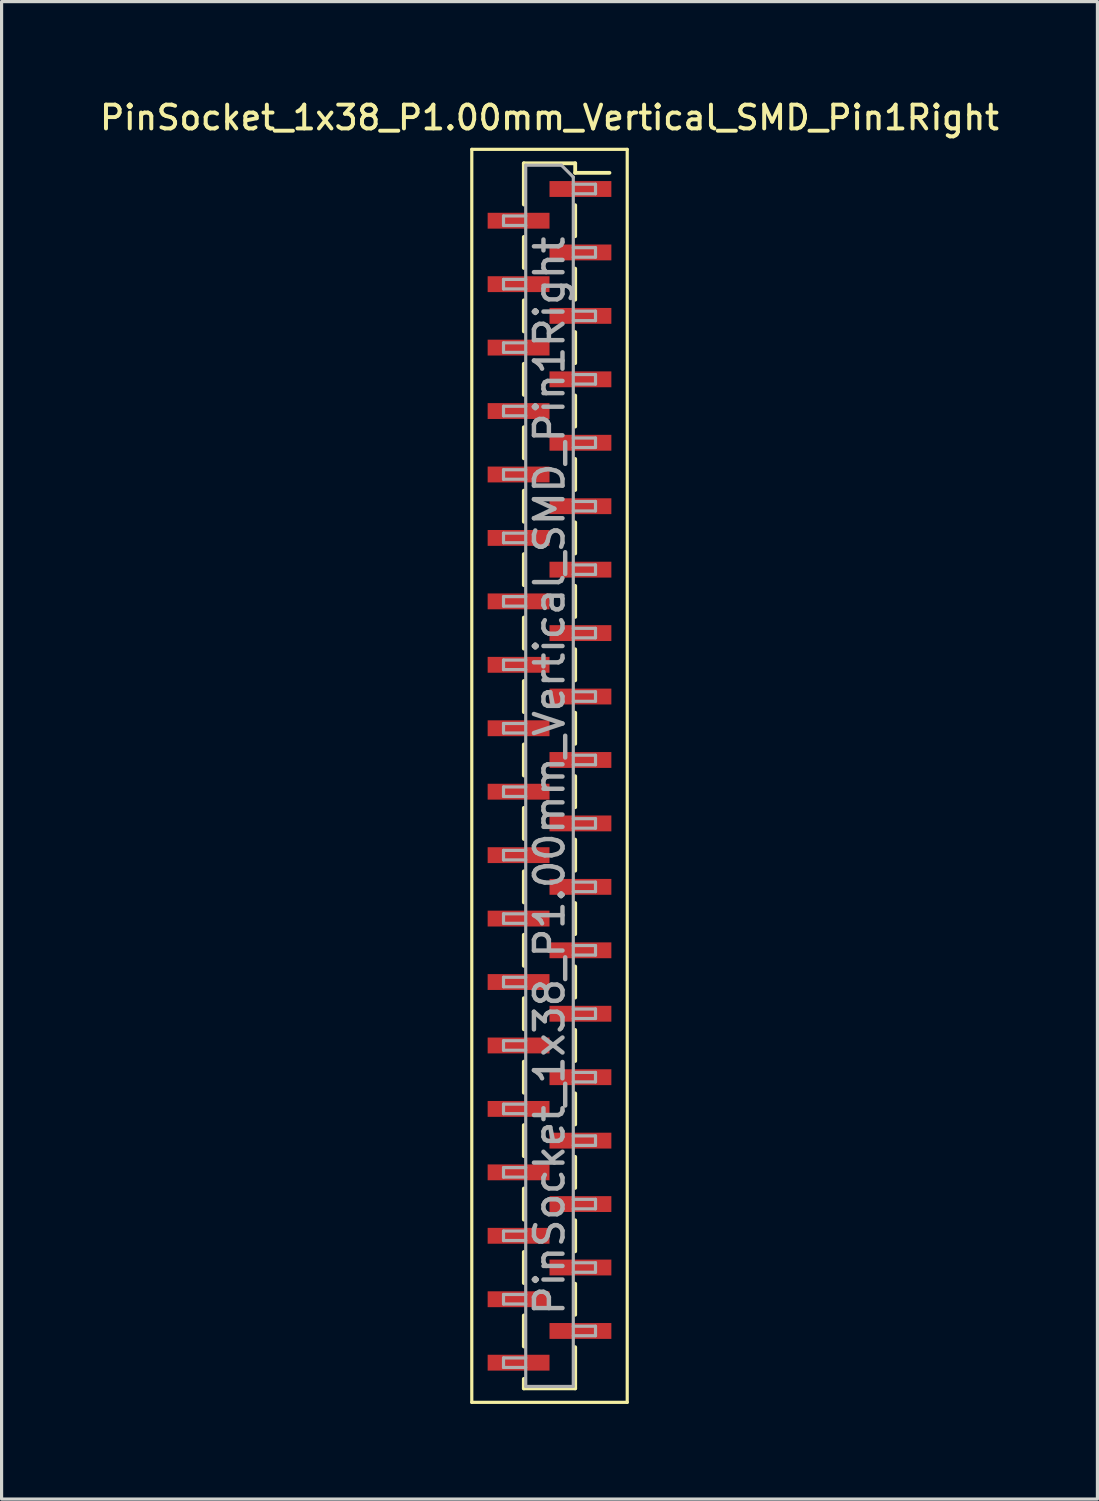
<source format=kicad_pcb>
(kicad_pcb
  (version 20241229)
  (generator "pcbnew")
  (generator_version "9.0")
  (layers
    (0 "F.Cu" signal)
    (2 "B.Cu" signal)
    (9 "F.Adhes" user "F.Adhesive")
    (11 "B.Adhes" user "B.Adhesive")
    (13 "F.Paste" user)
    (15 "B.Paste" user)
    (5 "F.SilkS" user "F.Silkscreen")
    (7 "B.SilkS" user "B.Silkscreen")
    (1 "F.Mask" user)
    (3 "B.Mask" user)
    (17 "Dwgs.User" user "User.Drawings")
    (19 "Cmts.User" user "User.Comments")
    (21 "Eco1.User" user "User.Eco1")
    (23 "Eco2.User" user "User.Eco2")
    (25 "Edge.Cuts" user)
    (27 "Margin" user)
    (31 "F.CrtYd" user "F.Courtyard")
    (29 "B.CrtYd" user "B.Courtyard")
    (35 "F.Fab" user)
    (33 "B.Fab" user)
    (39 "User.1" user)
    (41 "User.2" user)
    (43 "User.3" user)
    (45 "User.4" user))
  (footprint "PinSocket_1x38_P1.00mm_Vertical_SMD_Pin1Right"
    (layer "F.Cu")
    (at 14.273 21.408)
    (property "Reference" "PinSocket_1x38_P1.00mm_Vertical_SMD_Pin1Right" (at 0 -20.75 0) (layer "F.SilkS") (effects (font (size 0.75 0.75) (thickness 0.125))))
    (attr smd)
    (fp_line (start -2.45 -19.75) (end 2.45 -19.75) (stroke (width 0.1) (type solid)) (layer "F.SilkS"))
    (fp_line (start -2.45 19.75) (end -2.45 -19.75) (stroke (width 0.1) (type solid)) (layer "F.SilkS"))
    (fp_line (start -0.81 -19.31) (end -0.81 -18.01) (stroke (width 0.12) (type solid)) (layer "F.SilkS"))
    (fp_line (start -0.81 -19.31) (end 0.81 -19.31) (stroke (width 0.12) (type solid)) (layer "F.SilkS"))
    (fp_line (start -0.81 -16.99) (end -0.81 -16.01) (stroke (width 0.12) (type solid)) (layer "F.SilkS"))
    (fp_line (start -0.81 -14.99) (end -0.81 -14.01) (stroke (width 0.12) (type solid)) (layer "F.SilkS"))
    (fp_line (start -0.81 -12.99) (end -0.81 -12.01) (stroke (width 0.12) (type solid)) (layer "F.SilkS"))
    (fp_line (start -0.81 -10.99) (end -0.81 -10.01) (stroke (width 0.12) (type solid)) (layer "F.SilkS"))
    (fp_line (start -0.81 -8.99) (end -0.81 -8.01) (stroke (width 0.12) (type solid)) (layer "F.SilkS"))
    (fp_line (start -0.81 -6.99) (end -0.81 -6.01) (stroke (width 0.12) (type solid)) (layer "F.SilkS"))
    (fp_line (start -0.81 -4.99) (end -0.81 -4.01) (stroke (width 0.12) (type solid)) (layer "F.SilkS"))
    (fp_line (start -0.81 -2.99) (end -0.81 -2.01) (stroke (width 0.12) (type solid)) (layer "F.SilkS"))
    (fp_line (start -0.81 -0.99) (end -0.81 -0.01) (stroke (width 0.12) (type solid)) (layer "F.SilkS"))
    (fp_line (start -0.81 1.01) (end -0.81 1.99) (stroke (width 0.12) (type solid)) (layer "F.SilkS"))
    (fp_line (start -0.81 3.01) (end -0.81 3.99) (stroke (width 0.12) (type solid)) (layer "F.SilkS"))
    (fp_line (start -0.81 5.01) (end -0.81 5.99) (stroke (width 0.12) (type solid)) (layer "F.SilkS"))
    (fp_line (start -0.81 7.01) (end -0.81 7.99) (stroke (width 0.12) (type solid)) (layer "F.SilkS"))
    (fp_line (start -0.81 9.01) (end -0.81 9.99) (stroke (width 0.12) (type solid)) (layer "F.SilkS"))
    (fp_line (start -0.81 11.01) (end -0.81 11.99) (stroke (width 0.12) (type solid)) (layer "F.SilkS"))
    (fp_line (start -0.81 13.01) (end -0.81 13.99) (stroke (width 0.12) (type solid)) (layer "F.SilkS"))
    (fp_line (start -0.81 15.01) (end -0.81 15.99) (stroke (width 0.12) (type solid)) (layer "F.SilkS"))
    (fp_line (start -0.81 17.01) (end -0.81 17.99) (stroke (width 0.12) (type solid)) (layer "F.SilkS"))
    (fp_line (start -0.81 19.01) (end -0.81 19.31) (stroke (width 0.12) (type solid)) (layer "F.SilkS"))
    (fp_line (start -0.81 19.31) (end 0.81 19.31) (stroke (width 0.12) (type solid)) (layer "F.SilkS"))
    (fp_line (start 0.81 -19.31) (end 0.81 -19.01) (stroke (width 0.12) (type solid)) (layer "F.SilkS"))
    (fp_line (start 0.81 -19.01) (end 1.89 -19.01) (stroke (width 0.12) (type solid)) (layer "F.SilkS"))
    (fp_line (start 0.81 -17.99) (end 0.81 -17.01) (stroke (width 0.12) (type solid)) (layer "F.SilkS"))
    (fp_line (start 0.81 -15.99) (end 0.81 -15.01) (stroke (width 0.12) (type solid)) (layer "F.SilkS"))
    (fp_line (start 0.81 -13.99) (end 0.81 -13.01) (stroke (width 0.12) (type solid)) (layer "F.SilkS"))
    (fp_line (start 0.81 -11.99) (end 0.81 -11.01) (stroke (width 0.12) (type solid)) (layer "F.SilkS"))
    (fp_line (start 0.81 -9.99) (end 0.81 -9.01) (stroke (width 0.12) (type solid)) (layer "F.SilkS"))
    (fp_line (start 0.81 -7.99) (end 0.81 -7.01) (stroke (width 0.12) (type solid)) (layer "F.SilkS"))
    (fp_line (start 0.81 -5.99) (end 0.81 -5.01) (stroke (width 0.12) (type solid)) (layer "F.SilkS"))
    (fp_line (start 0.81 -3.99) (end 0.81 -3.01) (stroke (width 0.12) (type solid)) (layer "F.SilkS"))
    (fp_line (start 0.81 -1.99) (end 0.81 -1.01) (stroke (width 0.12) (type solid)) (layer "F.SilkS"))
    (fp_line (start 0.81 0.01) (end 0.81 0.99) (stroke (width 0.12) (type solid)) (layer "F.SilkS"))
    (fp_line (start 0.81 2.01) (end 0.81 2.99) (stroke (width 0.12) (type solid)) (layer "F.SilkS"))
    (fp_line (start 0.81 4.01) (end 0.81 4.99) (stroke (width 0.12) (type solid)) (layer "F.SilkS"))
    (fp_line (start 0.81 6.01) (end 0.81 6.99) (stroke (width 0.12) (type solid)) (layer "F.SilkS"))
    (fp_line (start 0.81 8.01) (end 0.81 8.99) (stroke (width 0.12) (type solid)) (layer "F.SilkS"))
    (fp_line (start 0.81 10.01) (end 0.81 10.99) (stroke (width 0.12) (type solid)) (layer "F.SilkS"))
    (fp_line (start 0.81 12.01) (end 0.81 12.99) (stroke (width 0.12) (type solid)) (layer "F.SilkS"))
    (fp_line (start 0.81 14.01) (end 0.81 14.99) (stroke (width 0.12) (type solid)) (layer "F.SilkS"))
    (fp_line (start 0.81 16.01) (end 0.81 16.99) (stroke (width 0.12) (type solid)) (layer "F.SilkS"))
    (fp_line (start 0.81 18.01) (end 0.81 19.31) (stroke (width 0.12) (type solid)) (layer "F.SilkS"))
    (fp_line (start 2.45 -19.75) (end 2.45 19.75) (stroke (width 0.1) (type solid)) (layer "F.SilkS"))
    (fp_line (start 2.45 19.75) (end -2.45 19.75) (stroke (width 0.1) (type solid)) (layer "F.SilkS"))
    (fp_line (start -1.45 -17.65) (end -0.75 -17.65) (stroke (width 0.1) (type solid)) (layer "F.Fab"))
    (fp_line (start -1.45 -17.35) (end -1.45 -17.65) (stroke (width 0.1) (type solid)) (layer "F.Fab"))
    (fp_line (start -1.45 -15.65) (end -0.75 -15.65) (stroke (width 0.1) (type solid)) (layer "F.Fab"))
    (fp_line (start -1.45 -15.35) (end -1.45 -15.65) (stroke (width 0.1) (type solid)) (layer "F.Fab"))
    (fp_line (start -1.45 -13.65) (end -0.75 -13.65) (stroke (width 0.1) (type solid)) (layer "F.Fab"))
    (fp_line (start -1.45 -13.35) (end -1.45 -13.65) (stroke (width 0.1) (type solid)) (layer "F.Fab"))
    (fp_line (start -1.45 -11.65) (end -0.75 -11.65) (stroke (width 0.1) (type solid)) (layer "F.Fab"))
    (fp_line (start -1.45 -11.35) (end -1.45 -11.65) (stroke (width 0.1) (type solid)) (layer "F.Fab"))
    (fp_line (start -1.45 -9.65) (end -0.75 -9.65) (stroke (width 0.1) (type solid)) (layer "F.Fab"))
    (fp_line (start -1.45 -9.35) (end -1.45 -9.65) (stroke (width 0.1) (type solid)) (layer "F.Fab"))
    (fp_line (start -1.45 -7.65) (end -0.75 -7.65) (stroke (width 0.1) (type solid)) (layer "F.Fab"))
    (fp_line (start -1.45 -7.35) (end -1.45 -7.65) (stroke (width 0.1) (type solid)) (layer "F.Fab"))
    (fp_line (start -1.45 -5.65) (end -0.75 -5.65) (stroke (width 0.1) (type solid)) (layer "F.Fab"))
    (fp_line (start -1.45 -5.35) (end -1.45 -5.65) (stroke (width 0.1) (type solid)) (layer "F.Fab"))
    (fp_line (start -1.45 -3.65) (end -0.75 -3.65) (stroke (width 0.1) (type solid)) (layer "F.Fab"))
    (fp_line (start -1.45 -3.35) (end -1.45 -3.65) (stroke (width 0.1) (type solid)) (layer "F.Fab"))
    (fp_line (start -1.45 -1.65) (end -0.75 -1.65) (stroke (width 0.1) (type solid)) (layer "F.Fab"))
    (fp_line (start -1.45 -1.35) (end -1.45 -1.65) (stroke (width 0.1) (type solid)) (layer "F.Fab"))
    (fp_line (start -1.45 0.35) (end -0.75 0.35) (stroke (width 0.1) (type solid)) (layer "F.Fab"))
    (fp_line (start -1.45 0.65) (end -1.45 0.35) (stroke (width 0.1) (type solid)) (layer "F.Fab"))
    (fp_line (start -1.45 2.35) (end -0.75 2.35) (stroke (width 0.1) (type solid)) (layer "F.Fab"))
    (fp_line (start -1.45 2.65) (end -1.45 2.35) (stroke (width 0.1) (type solid)) (layer "F.Fab"))
    (fp_line (start -1.45 4.35) (end -0.75 4.35) (stroke (width 0.1) (type solid)) (layer "F.Fab"))
    (fp_line (start -1.45 4.65) (end -1.45 4.35) (stroke (width 0.1) (type solid)) (layer "F.Fab"))
    (fp_line (start -1.45 6.35) (end -0.75 6.35) (stroke (width 0.1) (type solid)) (layer "F.Fab"))
    (fp_line (start -1.45 6.65) (end -1.45 6.35) (stroke (width 0.1) (type solid)) (layer "F.Fab"))
    (fp_line (start -1.45 8.35) (end -0.75 8.35) (stroke (width 0.1) (type solid)) (layer "F.Fab"))
    (fp_line (start -1.45 8.65) (end -1.45 8.35) (stroke (width 0.1) (type solid)) (layer "F.Fab"))
    (fp_line (start -1.45 10.35) (end -0.75 10.35) (stroke (width 0.1) (type solid)) (layer "F.Fab"))
    (fp_line (start -1.45 10.65) (end -1.45 10.35) (stroke (width 0.1) (type solid)) (layer "F.Fab"))
    (fp_line (start -1.45 12.35) (end -0.75 12.35) (stroke (width 0.1) (type solid)) (layer "F.Fab"))
    (fp_line (start -1.45 12.65) (end -1.45 12.35) (stroke (width 0.1) (type solid)) (layer "F.Fab"))
    (fp_line (start -1.45 14.35) (end -0.75 14.35) (stroke (width 0.1) (type solid)) (layer "F.Fab"))
    (fp_line (start -1.45 14.65) (end -1.45 14.35) (stroke (width 0.1) (type solid)) (layer "F.Fab"))
    (fp_line (start -1.45 16.35) (end -0.75 16.35) (stroke (width 0.1) (type solid)) (layer "F.Fab"))
    (fp_line (start -1.45 16.65) (end -1.45 16.35) (stroke (width 0.1) (type solid)) (layer "F.Fab"))
    (fp_line (start -1.45 18.35) (end -0.75 18.35) (stroke (width 0.1) (type solid)) (layer "F.Fab"))
    (fp_line (start -1.45 18.65) (end -1.45 18.35) (stroke (width 0.1) (type solid)) (layer "F.Fab"))
    (fp_line (start -0.75 -19.25) (end 0.375 -19.25) (stroke (width 0.1) (type solid)) (layer "F.Fab"))
    (fp_line (start -0.75 -17.35) (end -1.45 -17.35) (stroke (width 0.1) (type solid)) (layer "F.Fab"))
    (fp_line (start -0.75 -15.35) (end -1.45 -15.35) (stroke (width 0.1) (type solid)) (layer "F.Fab"))
    (fp_line (start -0.75 -13.35) (end -1.45 -13.35) (stroke (width 0.1) (type solid)) (layer "F.Fab"))
    (fp_line (start -0.75 -11.35) (end -1.45 -11.35) (stroke (width 0.1) (type solid)) (layer "F.Fab"))
    (fp_line (start -0.75 -9.35) (end -1.45 -9.35) (stroke (width 0.1) (type solid)) (layer "F.Fab"))
    (fp_line (start -0.75 -7.35) (end -1.45 -7.35) (stroke (width 0.1) (type solid)) (layer "F.Fab"))
    (fp_line (start -0.75 -5.35) (end -1.45 -5.35) (stroke (width 0.1) (type solid)) (layer "F.Fab"))
    (fp_line (start -0.75 -3.35) (end -1.45 -3.35) (stroke (width 0.1) (type solid)) (layer "F.Fab"))
    (fp_line (start -0.75 -1.35) (end -1.45 -1.35) (stroke (width 0.1) (type solid)) (layer "F.Fab"))
    (fp_line (start -0.75 0.65) (end -1.45 0.65) (stroke (width 0.1) (type solid)) (layer "F.Fab"))
    (fp_line (start -0.75 2.65) (end -1.45 2.65) (stroke (width 0.1) (type solid)) (layer "F.Fab"))
    (fp_line (start -0.75 4.65) (end -1.45 4.65) (stroke (width 0.1) (type solid)) (layer "F.Fab"))
    (fp_line (start -0.75 6.65) (end -1.45 6.65) (stroke (width 0.1) (type solid)) (layer "F.Fab"))
    (fp_line (start -0.75 8.65) (end -1.45 8.65) (stroke (width 0.1) (type solid)) (layer "F.Fab"))
    (fp_line (start -0.75 10.65) (end -1.45 10.65) (stroke (width 0.1) (type solid)) (layer "F.Fab"))
    (fp_line (start -0.75 12.65) (end -1.45 12.65) (stroke (width 0.1) (type solid)) (layer "F.Fab"))
    (fp_line (start -0.75 14.65) (end -1.45 14.65) (stroke (width 0.1) (type solid)) (layer "F.Fab"))
    (fp_line (start -0.75 16.65) (end -1.45 16.65) (stroke (width 0.1) (type solid)) (layer "F.Fab"))
    (fp_line (start -0.75 18.65) (end -1.45 18.65) (stroke (width 0.1) (type solid)) (layer "F.Fab"))
    (fp_line (start -0.75 19.25) (end -0.75 -19.25) (stroke (width 0.1) (type solid)) (layer "F.Fab"))
    (fp_line (start 0.375 -19.25) (end 0.75 -18.875) (stroke (width 0.1) (type solid)) (layer "F.Fab"))
    (fp_line (start 0.75 -18.875) (end 0.75 19.25) (stroke (width 0.1) (type solid)) (layer "F.Fab"))
    (fp_line (start 0.75 -18.65) (end 1.45 -18.65) (stroke (width 0.1) (type solid)) (layer "F.Fab"))
    (fp_line (start 0.75 -16.65) (end 1.45 -16.65) (stroke (width 0.1) (type solid)) (layer "F.Fab"))
    (fp_line (start 0.75 -14.65) (end 1.45 -14.65) (stroke (width 0.1) (type solid)) (layer "F.Fab"))
    (fp_line (start 0.75 -12.65) (end 1.45 -12.65) (stroke (width 0.1) (type solid)) (layer "F.Fab"))
    (fp_line (start 0.75 -10.65) (end 1.45 -10.65) (stroke (width 0.1) (type solid)) (layer "F.Fab"))
    (fp_line (start 0.75 -8.65) (end 1.45 -8.65) (stroke (width 0.1) (type solid)) (layer "F.Fab"))
    (fp_line (start 0.75 -6.65) (end 1.45 -6.65) (stroke (width 0.1) (type solid)) (layer "F.Fab"))
    (fp_line (start 0.75 -4.65) (end 1.45 -4.65) (stroke (width 0.1) (type solid)) (layer "F.Fab"))
    (fp_line (start 0.75 -2.65) (end 1.45 -2.65) (stroke (width 0.1) (type solid)) (layer "F.Fab"))
    (fp_line (start 0.75 -0.65) (end 1.45 -0.65) (stroke (width 0.1) (type solid)) (layer "F.Fab"))
    (fp_line (start 0.75 1.35) (end 1.45 1.35) (stroke (width 0.1) (type solid)) (layer "F.Fab"))
    (fp_line (start 0.75 3.35) (end 1.45 3.35) (stroke (width 0.1) (type solid)) (layer "F.Fab"))
    (fp_line (start 0.75 5.35) (end 1.45 5.35) (stroke (width 0.1) (type solid)) (layer "F.Fab"))
    (fp_line (start 0.75 7.35) (end 1.45 7.35) (stroke (width 0.1) (type solid)) (layer "F.Fab"))
    (fp_line (start 0.75 9.35) (end 1.45 9.35) (stroke (width 0.1) (type solid)) (layer "F.Fab"))
    (fp_line (start 0.75 11.35) (end 1.45 11.35) (stroke (width 0.1) (type solid)) (layer "F.Fab"))
    (fp_line (start 0.75 13.35) (end 1.45 13.35) (stroke (width 0.1) (type solid)) (layer "F.Fab"))
    (fp_line (start 0.75 15.35) (end 1.45 15.35) (stroke (width 0.1) (type solid)) (layer "F.Fab"))
    (fp_line (start 0.75 17.35) (end 1.45 17.35) (stroke (width 0.1) (type solid)) (layer "F.Fab"))
    (fp_line (start 0.75 19.25) (end -0.75 19.25) (stroke (width 0.1) (type solid)) (layer "F.Fab"))
    (fp_line (start 1.45 -18.65) (end 1.45 -18.35) (stroke (width 0.1) (type solid)) (layer "F.Fab"))
    (fp_line (start 1.45 -18.35) (end 0.75 -18.35) (stroke (width 0.1) (type solid)) (layer "F.Fab"))
    (fp_line (start 1.45 -16.65) (end 1.45 -16.35) (stroke (width 0.1) (type solid)) (layer "F.Fab"))
    (fp_line (start 1.45 -16.35) (end 0.75 -16.35) (stroke (width 0.1) (type solid)) (layer "F.Fab"))
    (fp_line (start 1.45 -14.65) (end 1.45 -14.35) (stroke (width 0.1) (type solid)) (layer "F.Fab"))
    (fp_line (start 1.45 -14.35) (end 0.75 -14.35) (stroke (width 0.1) (type solid)) (layer "F.Fab"))
    (fp_line (start 1.45 -12.65) (end 1.45 -12.35) (stroke (width 0.1) (type solid)) (layer "F.Fab"))
    (fp_line (start 1.45 -12.35) (end 0.75 -12.35) (stroke (width 0.1) (type solid)) (layer "F.Fab"))
    (fp_line (start 1.45 -10.65) (end 1.45 -10.35) (stroke (width 0.1) (type solid)) (layer "F.Fab"))
    (fp_line (start 1.45 -10.35) (end 0.75 -10.35) (stroke (width 0.1) (type solid)) (layer "F.Fab"))
    (fp_line (start 1.45 -8.65) (end 1.45 -8.35) (stroke (width 0.1) (type solid)) (layer "F.Fab"))
    (fp_line (start 1.45 -8.35) (end 0.75 -8.35) (stroke (width 0.1) (type solid)) (layer "F.Fab"))
    (fp_line (start 1.45 -6.65) (end 1.45 -6.35) (stroke (width 0.1) (type solid)) (layer "F.Fab"))
    (fp_line (start 1.45 -6.35) (end 0.75 -6.35) (stroke (width 0.1) (type solid)) (layer "F.Fab"))
    (fp_line (start 1.45 -4.65) (end 1.45 -4.35) (stroke (width 0.1) (type solid)) (layer "F.Fab"))
    (fp_line (start 1.45 -4.35) (end 0.75 -4.35) (stroke (width 0.1) (type solid)) (layer "F.Fab"))
    (fp_line (start 1.45 -2.65) (end 1.45 -2.35) (stroke (width 0.1) (type solid)) (layer "F.Fab"))
    (fp_line (start 1.45 -2.35) (end 0.75 -2.35) (stroke (width 0.1) (type solid)) (layer "F.Fab"))
    (fp_line (start 1.45 -0.65) (end 1.45 -0.35) (stroke (width 0.1) (type solid)) (layer "F.Fab"))
    (fp_line (start 1.45 -0.35) (end 0.75 -0.35) (stroke (width 0.1) (type solid)) (layer "F.Fab"))
    (fp_line (start 1.45 1.35) (end 1.45 1.65) (stroke (width 0.1) (type solid)) (layer "F.Fab"))
    (fp_line (start 1.45 1.65) (end 0.75 1.65) (stroke (width 0.1) (type solid)) (layer "F.Fab"))
    (fp_line (start 1.45 3.35) (end 1.45 3.65) (stroke (width 0.1) (type solid)) (layer "F.Fab"))
    (fp_line (start 1.45 3.65) (end 0.75 3.65) (stroke (width 0.1) (type solid)) (layer "F.Fab"))
    (fp_line (start 1.45 5.35) (end 1.45 5.65) (stroke (width 0.1) (type solid)) (layer "F.Fab"))
    (fp_line (start 1.45 5.65) (end 0.75 5.65) (stroke (width 0.1) (type solid)) (layer "F.Fab"))
    (fp_line (start 1.45 7.35) (end 1.45 7.65) (stroke (width 0.1) (type solid)) (layer "F.Fab"))
    (fp_line (start 1.45 7.65) (end 0.75 7.65) (stroke (width 0.1) (type solid)) (layer "F.Fab"))
    (fp_line (start 1.45 9.35) (end 1.45 9.65) (stroke (width 0.1) (type solid)) (layer "F.Fab"))
    (fp_line (start 1.45 9.65) (end 0.75 9.65) (stroke (width 0.1) (type solid)) (layer "F.Fab"))
    (fp_line (start 1.45 11.35) (end 1.45 11.65) (stroke (width 0.1) (type solid)) (layer "F.Fab"))
    (fp_line (start 1.45 11.65) (end 0.75 11.65) (stroke (width 0.1) (type solid)) (layer "F.Fab"))
    (fp_line (start 1.45 13.35) (end 1.45 13.65) (stroke (width 0.1) (type solid)) (layer "F.Fab"))
    (fp_line (start 1.45 13.65) (end 0.75 13.65) (stroke (width 0.1) (type solid)) (layer "F.Fab"))
    (fp_line (start 1.45 15.35) (end 1.45 15.65) (stroke (width 0.1) (type solid)) (layer "F.Fab"))
    (fp_line (start 1.45 15.65) (end 0.75 15.65) (stroke (width 0.1) (type solid)) (layer "F.Fab"))
    (fp_line (start 1.45 17.35) (end 1.45 17.65) (stroke (width 0.1) (type solid)) (layer "F.Fab"))
    (fp_line (start 1.45 17.65) (end 0.75 17.65) (stroke (width 0.1) (type solid)) (layer "F.Fab"))
    (fp_text user "${REFERENCE}" (at 0 0 90) (layer "F.Fab") (effects (font (size 0.9 0.9) (thickness 0.14))))
    (pad "1" smd rect (at 0.975 -18.5) (size 1.95 0.5) (layers "F.Cu" "F.Mask" "F.Paste"))
    (pad "2" smd rect (at -0.975 -17.5) (size 1.95 0.5) (layers "F.Cu" "F.Mask" "F.Paste"))
    (pad "3" smd rect (at 0.975 -16.5) (size 1.95 0.5) (layers "F.Cu" "F.Mask" "F.Paste"))
    (pad "4" smd rect (at -0.975 -15.5) (size 1.95 0.5) (layers "F.Cu" "F.Mask" "F.Paste"))
    (pad "5" smd rect (at 0.975 -14.5) (size 1.95 0.5) (layers "F.Cu" "F.Mask" "F.Paste"))
    (pad "6" smd rect (at -0.975 -13.5) (size 1.95 0.5) (layers "F.Cu" "F.Mask" "F.Paste"))
    (pad "7" smd rect (at 0.975 -12.5) (size 1.95 0.5) (layers "F.Cu" "F.Mask" "F.Paste"))
    (pad "8" smd rect (at -0.975 -11.5) (size 1.95 0.5) (layers "F.Cu" "F.Mask" "F.Paste"))
    (pad "9" smd rect (at 0.975 -10.5) (size 1.95 0.5) (layers "F.Cu" "F.Mask" "F.Paste"))
    (pad "10" smd rect (at -0.975 -9.5) (size 1.95 0.5) (layers "F.Cu" "F.Mask" "F.Paste"))
    (pad "11" smd rect (at 0.975 -8.5) (size 1.95 0.5) (layers "F.Cu" "F.Mask" "F.Paste"))
    (pad "12" smd rect (at -0.975 -7.5) (size 1.95 0.5) (layers "F.Cu" "F.Mask" "F.Paste"))
    (pad "13" smd rect (at 0.975 -6.5) (size 1.95 0.5) (layers "F.Cu" "F.Mask" "F.Paste"))
    (pad "14" smd rect (at -0.975 -5.5) (size 1.95 0.5) (layers "F.Cu" "F.Mask" "F.Paste"))
    (pad "15" smd rect (at 0.975 -4.5) (size 1.95 0.5) (layers "F.Cu" "F.Mask" "F.Paste"))
    (pad "16" smd rect (at -0.975 -3.5) (size 1.95 0.5) (layers "F.Cu" "F.Mask" "F.Paste"))
    (pad "17" smd rect (at 0.975 -2.5) (size 1.95 0.5) (layers "F.Cu" "F.Mask" "F.Paste"))
    (pad "18" smd rect (at -0.975 -1.5) (size 1.95 0.5) (layers "F.Cu" "F.Mask" "F.Paste"))
    (pad "19" smd rect (at 0.975 -0.5) (size 1.95 0.5) (layers "F.Cu" "F.Mask" "F.Paste"))
    (pad "20" smd rect (at -0.975 0.5) (size 1.95 0.5) (layers "F.Cu" "F.Mask" "F.Paste"))
    (pad "21" smd rect (at 0.975 1.5) (size 1.95 0.5) (layers "F.Cu" "F.Mask" "F.Paste"))
    (pad "22" smd rect (at -0.975 2.5) (size 1.95 0.5) (layers "F.Cu" "F.Mask" "F.Paste"))
    (pad "23" smd rect (at 0.975 3.5) (size 1.95 0.5) (layers "F.Cu" "F.Mask" "F.Paste"))
    (pad "24" smd rect (at -0.975 4.5) (size 1.95 0.5) (layers "F.Cu" "F.Mask" "F.Paste"))
    (pad "25" smd rect (at 0.975 5.5) (size 1.95 0.5) (layers "F.Cu" "F.Mask" "F.Paste"))
    (pad "26" smd rect (at -0.975 6.5) (size 1.95 0.5) (layers "F.Cu" "F.Mask" "F.Paste"))
    (pad "27" smd rect (at 0.975 7.5) (size 1.95 0.5) (layers "F.Cu" "F.Mask" "F.Paste"))
    (pad "28" smd rect (at -0.975 8.5) (size 1.95 0.5) (layers "F.Cu" "F.Mask" "F.Paste"))
    (pad "29" smd rect (at 0.975 9.5) (size 1.95 0.5) (layers "F.Cu" "F.Mask" "F.Paste"))
    (pad "30" smd rect (at -0.975 10.5) (size 1.95 0.5) (layers "F.Cu" "F.Mask" "F.Paste"))
    (pad "31" smd rect (at 0.975 11.5) (size 1.95 0.5) (layers "F.Cu" "F.Mask" "F.Paste"))
    (pad "32" smd rect (at -0.975 12.5) (size 1.95 0.5) (layers "F.Cu" "F.Mask" "F.Paste"))
    (pad "33" smd rect (at 0.975 13.5) (size 1.95 0.5) (layers "F.Cu" "F.Mask" "F.Paste"))
    (pad "34" smd rect (at -0.975 14.5) (size 1.95 0.5) (layers "F.Cu" "F.Mask" "F.Paste"))
    (pad "35" smd rect (at 0.975 15.5) (size 1.95 0.5) (layers "F.Cu" "F.Mask" "F.Paste"))
    (pad "36" smd rect (at -0.975 16.5) (size 1.95 0.5) (layers "F.Cu" "F.Mask" "F.Paste"))
    (pad "37" smd rect (at 0.975 17.5) (size 1.95 0.5) (layers "F.Cu" "F.Mask" "F.Paste"))
    (pad "38" smd rect (at -0.975 18.5) (size 1.95 0.5) (layers "F.Cu" "F.Mask" "F.Paste")))
  (gr_rect
    (start -3 -3)
    (end 31.546 44.208)
    (stroke (width 0.1) (type default))
    (fill no)
    (layer "Edge.Cuts")))
</source>
